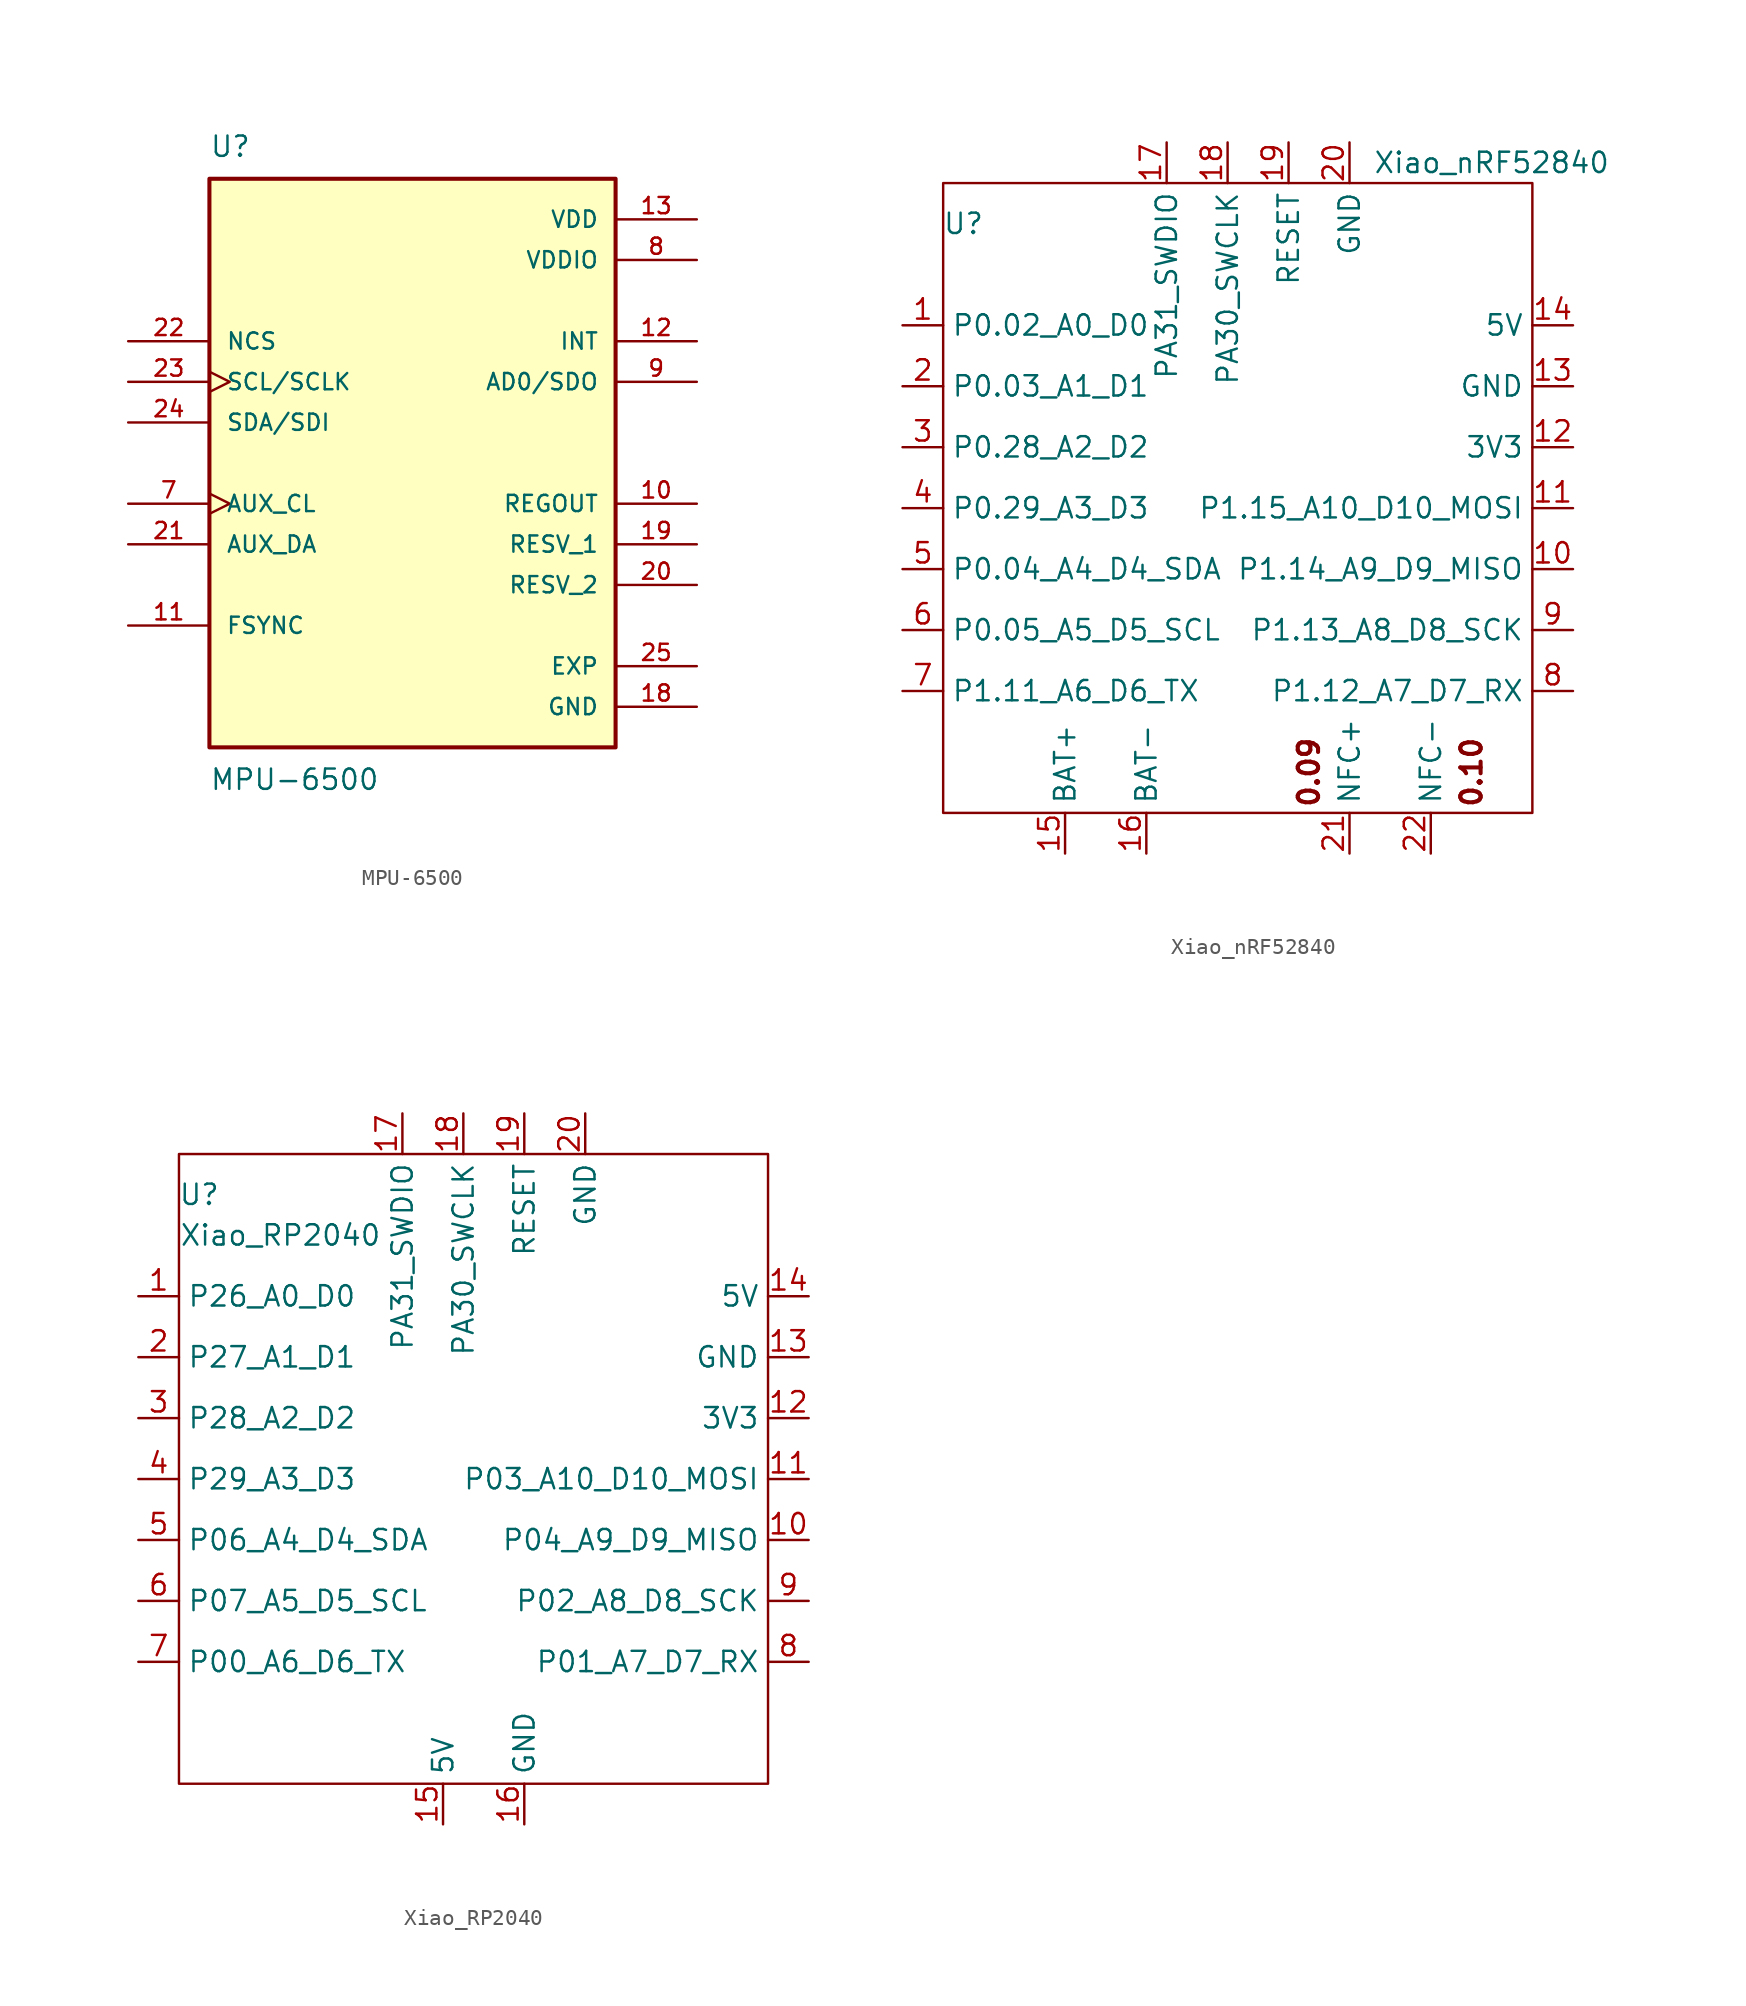
<source format=kicad_sym>
(kicad_symbol_lib
  (version 20220914)
  (generator kicad_symbol_editor)
  (symbol "MPU-6500"
    (pin_names
      (offset 1.016))
    (property "Reference" "U"
      (at -12.7 19.05 0)
      (effects (font (size 1.27 1.27)) (justify left bottom)))
    (property "Value" "MPU-6500"
      (at -12.7 -19.05 0)
      (effects (font (size 1.27 1.27)) (justify left top)))
    (symbol "MPU-6500_0_0"
      (rectangle (start -12.7 -17.78) (end 12.7 17.78) (stroke (width 0.254) (type default)) (fill (type background)))
      (pin output line (at 17.78 -2.54 180) (length 5.08) (name "REGOUT" (effects (font (size 1.016 1.016)))) (number "10" (effects (font (size 1.016 1.016)))))
      (pin input line (at -17.78 -10.16 0) (length 5.08) (name "FSYNC" (effects (font (size 1.016 1.016)))) (number "11" (effects (font (size 1.016 1.016)))))
      (pin output line (at 17.78 7.62 180) (length 5.08) (name "INT" (effects (font (size 1.016 1.016)))) (number "12" (effects (font (size 1.016 1.016)))))
      (pin power_in line (at 17.78 15.24 180) (length 5.08) (name "VDD" (effects (font (size 1.016 1.016)))) (number "13" (effects (font (size 1.016 1.016)))))
      (pin power_in line (at 17.78 -15.24 180) (length 5.08) (name "GND" (effects (font (size 1.016 1.016)))) (number "18" (effects (font (size 1.016 1.016)))))
      (pin passive line (at 17.78 -5.08 180) (length 5.08) (name "RESV_1" (effects (font (size 1.016 1.016)))) (number "19" (effects (font (size 1.016 1.016)))))
      (pin passive line (at 17.78 -7.62 180) (length 5.08) (name "RESV_2" (effects (font (size 1.016 1.016)))) (number "20" (effects (font (size 1.016 1.016)))))
      (pin bidirectional line (at -17.78 -5.08 0) (length 5.08) (name "AUX_DA" (effects (font (size 1.016 1.016)))) (number "21" (effects (font (size 1.016 1.016)))))
      (pin input line (at -17.78 7.62 0) (length 5.08) (name "NCS" (effects (font (size 1.016 1.016)))) (number "22" (effects (font (size 1.016 1.016)))))
      (pin input clock (at -17.78 5.08 0) (length 5.08) (name "SCL/SCLK" (effects (font (size 1.016 1.016)))) (number "23" (effects (font (size 1.016 1.016)))))
      (pin bidirectional line (at -17.78 2.54 0) (length 5.08) (name "SDA/SDI" (effects (font (size 1.016 1.016)))) (number "24" (effects (font (size 1.016 1.016)))))
      (pin passive line (at 17.78 -12.7 180) (length 5.08) (name "EXP" (effects (font (size 1.016 1.016)))) (number "25" (effects (font (size 1.016 1.016)))))
      (pin input clock (at -17.78 -2.54 0) (length 5.08) (name "AUX_CL" (effects (font (size 1.016 1.016)))) (number "7" (effects (font (size 1.016 1.016)))))
      (pin power_in line (at 17.78 12.7 180) (length 5.08) (name "VDDIO" (effects (font (size 1.016 1.016)))) (number "8" (effects (font (size 1.016 1.016)))))
      (pin output line (at 17.78 5.08 180) (length 5.08) (name "AD0/SDO" (effects (font (size 1.016 1.016)))) (number "9" (effects (font (size 1.016 1.016)))))))
  (symbol "Xiao_nRF52840"
    (property "Reference" "U"
      (at -17.78 17.78 0)
      (effects (font (size 1.27 1.27))))
    (property "Value" "Xiao_nRF52840"
      (at 15.24 21.59 0)
      (effects (font (size 1.27 1.27))))
    (symbol "Xiao_nRF52840_0_1"
      (rectangle (start -19.05 20.32) (end 17.78 -19.05) (stroke (width 0) (type default)) (fill (type none))))
    (symbol "Xiao_nRF52840_1_1"
      (text "0.09" (at 3.81 -16.51 900) (effects (font (size 1.27 1.27) bold)))
      (text "0.10" (at 13.97 -16.51 900) (effects (font (size 1.27 1.27) bold)))
      (pin unspecified line (at -21.59 11.43 0) (length 2.54) (name "P0.02_A0_D0" (effects (font (size 1.27 1.27)))) (number "1" (effects (font (size 1.27 1.27)))))
      (pin unspecified line (at 20.32 -3.81 180) (length 2.54) (name "P1.14_A9_D9_MISO" (effects (font (size 1.27 1.27)))) (number "10" (effects (font (size 1.27 1.27)))))
      (pin unspecified line (at 20.32 0 180) (length 2.54) (name "P1.15_A10_D10_MOSI" (effects (font (size 1.27 1.27)))) (number "11" (effects (font (size 1.27 1.27)))))
      (pin unspecified line (at 20.32 3.81 180) (length 2.54) (name "3V3" (effects (font (size 1.27 1.27)))) (number "12" (effects (font (size 1.27 1.27)))))
      (pin unspecified line (at 20.32 7.62 180) (length 2.54) (name "GND" (effects (font (size 1.27 1.27)))) (number "13" (effects (font (size 1.27 1.27)))))
      (pin unspecified line (at 20.32 11.43 180) (length 2.54) (name "5V" (effects (font (size 1.27 1.27)))) (number "14" (effects (font (size 1.27 1.27)))))
      (pin input line (at -11.43 -21.59 90) (length 2.54) (name "BAT+" (effects (font (size 1.27 1.27)))) (number "15" (effects (font (size 1.27 1.27)))))
      (pin input line (at -6.35 -21.59 90) (length 2.54) (name "BAT-" (effects (font (size 1.27 1.27)))) (number "16" (effects (font (size 1.27 1.27)))))
      (pin input line (at -5.08 22.86 270) (length 2.54) (name "PA31_SWDIO" (effects (font (size 1.27 1.27)))) (number "17" (effects (font (size 1.27 1.27)))))
      (pin input line (at -1.27 22.86 270) (length 2.54) (name "PA30_SWCLK" (effects (font (size 1.27 1.27)))) (number "18" (effects (font (size 1.27 1.27)))))
      (pin input line (at 2.54 22.86 270) (length 2.54) (name "RESET" (effects (font (size 1.27 1.27)))) (number "19" (effects (font (size 1.27 1.27)))))
      (pin unspecified line (at -21.59 7.62 0) (length 2.54) (name "P0.03_A1_D1" (effects (font (size 1.27 1.27)))) (number "2" (effects (font (size 1.27 1.27)))))
      (pin input line (at 6.35 22.86 270) (length 2.54) (name "GND" (effects (font (size 1.27 1.27)))) (number "20" (effects (font (size 1.27 1.27)))))
      (pin input line (at 6.35 -21.59 90) (length 2.54) (name "NFC+" (effects (font (size 1.27 1.27)))) (number "21" (effects (font (size 1.27 1.27)))))
      (pin input line (at 11.43 -21.59 90) (length 2.54) (name "NFC-" (effects (font (size 1.27 1.27)))) (number "22" (effects (font (size 1.27 1.27)))))
      (pin unspecified line (at -21.59 3.81 0) (length 2.54) (name "P0.28_A2_D2" (effects (font (size 1.27 1.27)))) (number "3" (effects (font (size 1.27 1.27)))))
      (pin unspecified line (at -21.59 0 0) (length 2.54) (name "P0.29_A3_D3" (effects (font (size 1.27 1.27)))) (number "4" (effects (font (size 1.27 1.27)))))
      (pin unspecified line (at -21.59 -3.81 0) (length 2.54) (name "P0.04_A4_D4_SDA" (effects (font (size 1.27 1.27)))) (number "5" (effects (font (size 1.27 1.27)))))
      (pin unspecified line (at -21.59 -7.62 0) (length 2.54) (name "P0.05_A5_D5_SCL" (effects (font (size 1.27 1.27)))) (number "6" (effects (font (size 1.27 1.27)))))
      (pin unspecified line (at -21.59 -11.43 0) (length 2.54) (name "P1.11_A6_D6_TX" (effects (font (size 1.27 1.27)))) (number "7" (effects (font (size 1.27 1.27)))))
      (pin unspecified line (at 20.32 -11.43 180) (length 2.54) (name "P1.12_A7_D7_RX" (effects (font (size 1.27 1.27)))) (number "8" (effects (font (size 1.27 1.27)))))
      (pin unspecified line (at 20.32 -7.62 180) (length 2.54) (name "P1.13_A8_D8_SCK" (effects (font (size 1.27 1.27)))) (number "9" (effects (font (size 1.27 1.27)))))))
  (symbol "Xiao_RP2040"
    (property "Reference" "U"
      (at -17.78 17.78 0)
      (effects (font (size 1.27 1.27))))
    (property "Value" "Xiao_RP2040\n"
      (at -12.7 15.24 0)
      (effects (font (size 1.27 1.27))))
    (symbol "Xiao_RP2040_0_1"
      (rectangle (start -19.05 20.32) (end 17.78 -19.05) (stroke (width 0) (type default)) (fill (type none))))
    (symbol "Xiao_RP2040_1_1"
      (pin unspecified line (at -21.59 11.43 0) (length 2.54) (name "P26_A0_D0" (effects (font (size 1.27 1.27)))) (number "1" (effects (font (size 1.27 1.27)))))
      (pin unspecified line (at 20.32 -3.81 180) (length 2.54) (name "P04_A9_D9_MISO" (effects (font (size 1.27 1.27)))) (number "10" (effects (font (size 1.27 1.27)))))
      (pin unspecified line (at 20.32 0 180) (length 2.54) (name "P03_A10_D10_MOSI" (effects (font (size 1.27 1.27)))) (number "11" (effects (font (size 1.27 1.27)))))
      (pin unspecified line (at 20.32 3.81 180) (length 2.54) (name "3V3" (effects (font (size 1.27 1.27)))) (number "12" (effects (font (size 1.27 1.27)))))
      (pin unspecified line (at 20.32 7.62 180) (length 2.54) (name "GND" (effects (font (size 1.27 1.27)))) (number "13" (effects (font (size 1.27 1.27)))))
      (pin unspecified line (at 20.32 11.43 180) (length 2.54) (name "5V" (effects (font (size 1.27 1.27)))) (number "14" (effects (font (size 1.27 1.27)))))
      (pin input line (at -2.54 -21.59 90) (length 2.54) (name "5V" (effects (font (size 1.27 1.27)))) (number "15" (effects (font (size 1.27 1.27)))))
      (pin input line (at 2.54 -21.59 90) (length 2.54) (name "GND" (effects (font (size 1.27 1.27)))) (number "16" (effects (font (size 1.27 1.27)))))
      (pin input line (at -5.08 22.86 270) (length 2.54) (name "PA31_SWDIO" (effects (font (size 1.27 1.27)))) (number "17" (effects (font (size 1.27 1.27)))))
      (pin input line (at -1.27 22.86 270) (length 2.54) (name "PA30_SWCLK" (effects (font (size 1.27 1.27)))) (number "18" (effects (font (size 1.27 1.27)))))
      (pin input line (at 2.54 22.86 270) (length 2.54) (name "RESET" (effects (font (size 1.27 1.27)))) (number "19" (effects (font (size 1.27 1.27)))))
      (pin unspecified line (at -21.59 7.62 0) (length 2.54) (name "P27_A1_D1" (effects (font (size 1.27 1.27)))) (number "2" (effects (font (size 1.27 1.27)))))
      (pin input line (at 6.35 22.86 270) (length 2.54) (name "GND" (effects (font (size 1.27 1.27)))) (number "20" (effects (font (size 1.27 1.27)))))
      (pin unspecified line (at -21.59 3.81 0) (length 2.54) (name "P28_A2_D2" (effects (font (size 1.27 1.27)))) (number "3" (effects (font (size 1.27 1.27)))))
      (pin unspecified line (at -21.59 0 0) (length 2.54) (name "P29_A3_D3" (effects (font (size 1.27 1.27)))) (number "4" (effects (font (size 1.27 1.27)))))
      (pin unspecified line (at -21.59 -3.81 0) (length 2.54) (name "P06_A4_D4_SDA" (effects (font (size 1.27 1.27)))) (number "5" (effects (font (size 1.27 1.27)))))
      (pin unspecified line (at -21.59 -7.62 0) (length 2.54) (name "P07_A5_D5_SCL" (effects (font (size 1.27 1.27)))) (number "6" (effects (font (size 1.27 1.27)))))
      (pin unspecified line (at -21.59 -11.43 0) (length 2.54) (name "P00_A6_D6_TX" (effects (font (size 1.27 1.27)))) (number "7" (effects (font (size 1.27 1.27)))))
      (pin unspecified line (at 20.32 -11.43 180) (length 2.54) (name "P01_A7_D7_RX" (effects (font (size 1.27 1.27)))) (number "8" (effects (font (size 1.27 1.27)))))
      (pin unspecified line (at 20.32 -7.62 180) (length 2.54) (name "P02_A8_D8_SCK" (effects (font (size 1.27 1.27)))) (number "9" (effects (font (size 1.27 1.27))))))))
</source>
